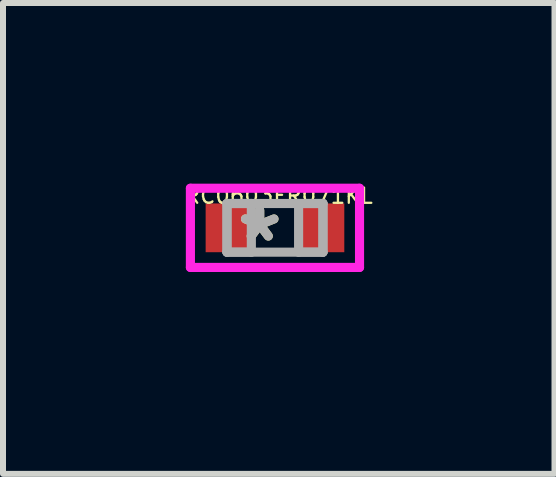
<source format=kicad_pcb>
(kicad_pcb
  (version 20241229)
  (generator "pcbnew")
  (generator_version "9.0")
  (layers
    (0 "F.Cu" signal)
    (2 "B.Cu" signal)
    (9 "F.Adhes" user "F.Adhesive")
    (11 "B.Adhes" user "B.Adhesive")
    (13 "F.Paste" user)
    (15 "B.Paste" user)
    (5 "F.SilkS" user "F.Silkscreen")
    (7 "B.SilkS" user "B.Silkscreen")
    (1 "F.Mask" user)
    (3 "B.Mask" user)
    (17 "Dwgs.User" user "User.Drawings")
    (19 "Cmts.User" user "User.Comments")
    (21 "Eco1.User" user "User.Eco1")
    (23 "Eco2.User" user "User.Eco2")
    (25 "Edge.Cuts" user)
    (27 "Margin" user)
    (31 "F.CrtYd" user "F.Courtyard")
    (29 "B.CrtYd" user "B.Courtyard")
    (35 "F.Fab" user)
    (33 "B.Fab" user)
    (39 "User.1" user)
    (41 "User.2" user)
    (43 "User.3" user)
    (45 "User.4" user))
  (footprint "RC0603FR071KL"
    (layer "F.Cu")
    (at 1.535 0.749)
    (property "Reference" "RC0603FR071KL" (at 0.064 -0.533 0) (layer "F.SilkS") (effects (font (size 0.254 0.254) (thickness 0.038))))
    (attr smd)
    (fp_line (start -1.41 -0.66) (end 1.41 -0.66) (stroke (width 0.152) (type solid)) (layer "F.CrtYd"))
    (fp_line (start -1.41 0.66) (end -1.41 -0.66) (stroke (width 0.152) (type solid)) (layer "F.CrtYd"))
    (fp_line (start 1.41 -0.66) (end 1.41 0.66) (stroke (width 0.152) (type solid)) (layer "F.CrtYd"))
    (fp_line (start 1.41 0.66) (end -1.41 0.66) (stroke (width 0.152) (type solid)) (layer "F.CrtYd"))
    (fp_line (start -0.8 -0.406) (end -0.8 0.406) (stroke (width 0.152) (type solid)) (layer "F.Fab"))
    (fp_line (start -0.8 -0.406) (end -0.8 0.406) (stroke (width 0.152) (type solid)) (layer "F.Fab"))
    (fp_line (start -0.8 0.406) (end -0.394 0.406) (stroke (width 0.152) (type solid)) (layer "F.Fab"))
    (fp_line (start -0.8 0.406) (end 0.8 0.406) (stroke (width 0.152) (type solid)) (layer "F.Fab"))
    (fp_line (start -0.394 -0.406) (end -0.8 -0.406) (stroke (width 0.152) (type solid)) (layer "F.Fab"))
    (fp_line (start -0.394 0.406) (end -0.394 -0.406) (stroke (width 0.152) (type solid)) (layer "F.Fab"))
    (fp_line (start 0.394 -0.406) (end 0.394 0.406) (stroke (width 0.152) (type solid)) (layer "F.Fab"))
    (fp_line (start 0.394 0.406) (end 0.8 0.406) (stroke (width 0.152) (type solid)) (layer "F.Fab"))
    (fp_line (start 0.8 -0.406) (end -0.8 -0.406) (stroke (width 0.152) (type solid)) (layer "F.Fab"))
    (fp_line (start 0.8 -0.406) (end 0.394 -0.406) (stroke (width 0.152) (type solid)) (layer "F.Fab"))
    (fp_line (start 0.8 0.406) (end 0.8 -0.406) (stroke (width 0.152) (type solid)) (layer "F.Fab"))
    (fp_line (start 0.8 0.406) (end 0.8 -0.406) (stroke (width 0.152) (type solid)) (layer "F.Fab"))
    (fp_text user "*" (at -0.254 0.254 0) (layer "F.SilkS") (effects (font (size 1 1) (thickness 0.15))))
    (fp_text user "*" (at -0.254 0.254 0) (layer "F.Fab") (effects (font (size 1 1) (thickness 0.15))))
    (pad "1" smd rect (at -0.775 0) (size 0.762 0.813) (layers "F.Cu" "F.Mask" "F.Paste"))
    (pad "2" smd rect (at 0.775 0) (size 0.762 0.813) (layers "F.Cu" "F.Mask" "F.Paste")))
  (gr_rect
    (start -3 -3)
    (end 6.196 4.851)
    (stroke (width 0.1) (type default))
    (fill no)
    (layer "Edge.Cuts")))
</source>
